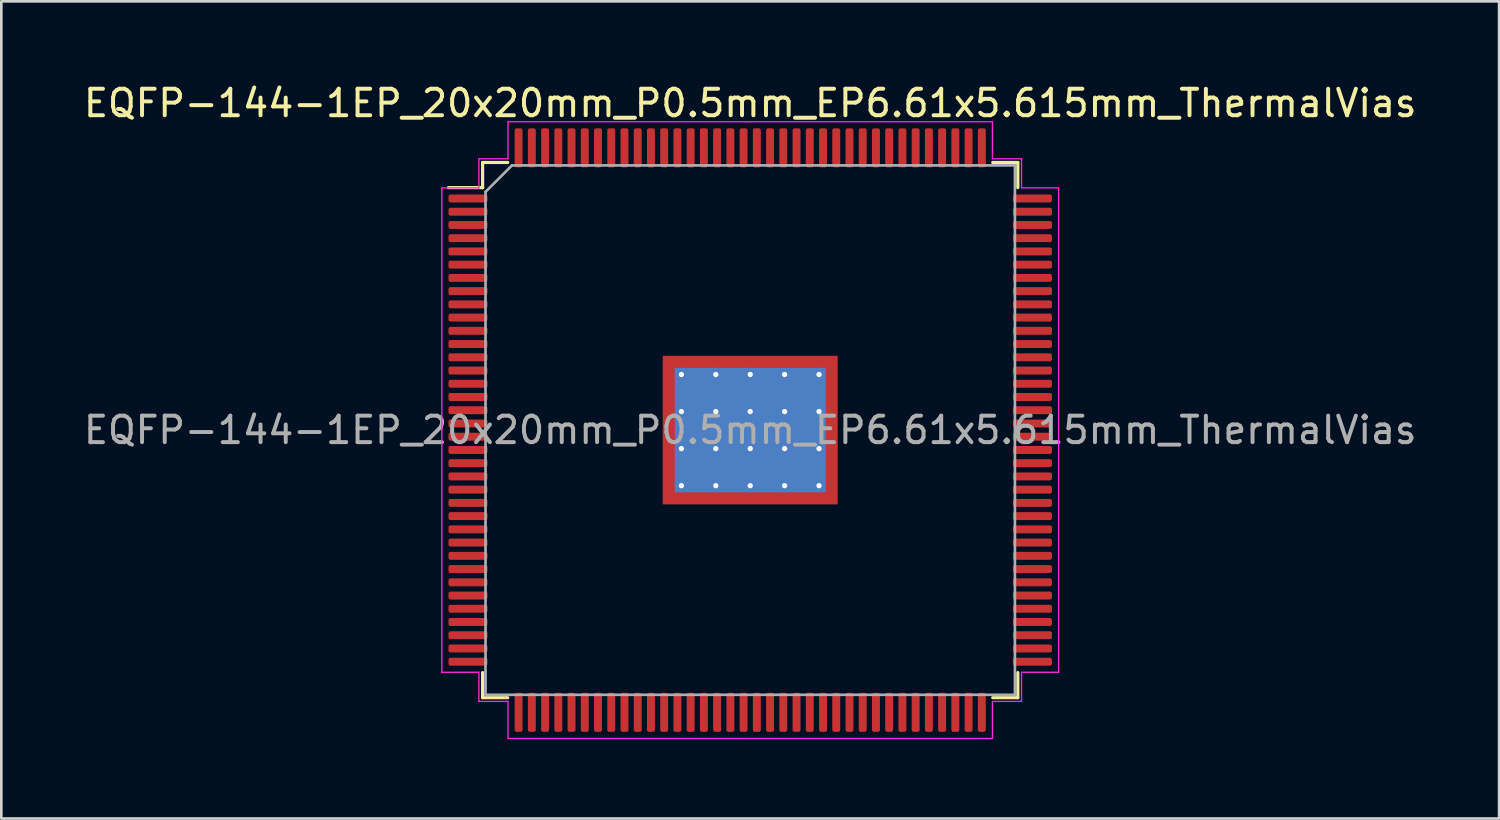
<source format=kicad_pcb>
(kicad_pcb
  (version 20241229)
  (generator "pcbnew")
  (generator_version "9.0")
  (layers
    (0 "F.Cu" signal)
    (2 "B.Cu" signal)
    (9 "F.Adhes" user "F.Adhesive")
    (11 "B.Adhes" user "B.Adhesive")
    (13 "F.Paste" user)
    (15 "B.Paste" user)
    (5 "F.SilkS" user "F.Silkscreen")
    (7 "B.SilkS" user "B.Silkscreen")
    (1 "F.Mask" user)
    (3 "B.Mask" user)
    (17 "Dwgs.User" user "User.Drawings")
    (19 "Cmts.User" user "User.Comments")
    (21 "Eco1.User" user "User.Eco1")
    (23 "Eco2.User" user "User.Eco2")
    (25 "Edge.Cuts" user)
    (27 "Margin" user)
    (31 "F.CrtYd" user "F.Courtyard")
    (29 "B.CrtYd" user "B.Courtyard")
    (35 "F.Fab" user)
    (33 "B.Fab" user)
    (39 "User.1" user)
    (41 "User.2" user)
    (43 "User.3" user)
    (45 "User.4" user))
  (footprint "EQFP-144-1EP_20x20mm_P0.5mm_EP6.61x5.615mm_ThermalVias"
    (layer "F.Cu")
    (at 25.292 13.198)
    (property "Reference" "EQFP-144-1EP_20x20mm_P0.5mm_EP6.61x5.615mm_ThermalVias" (at 0 -12.35 0) (layer "F.SilkS") (effects (font (size 1 1) (thickness 0.15))))
    (attr smd)
    (fp_line (start -10.11 -10.11) (end -10.11 -9.16) (stroke (width 0.12) (type solid)) (layer "F.SilkS"))
    (fp_line (start -10.11 -9.16) (end -11.4 -9.16) (stroke (width 0.12) (type solid)) (layer "F.SilkS"))
    (fp_line (start -10.11 10.11) (end -10.11 9.16) (stroke (width 0.12) (type solid)) (layer "F.SilkS"))
    (fp_line (start -9.16 -10.11) (end -10.11 -10.11) (stroke (width 0.12) (type solid)) (layer "F.SilkS"))
    (fp_line (start -9.16 10.11) (end -10.11 10.11) (stroke (width 0.12) (type solid)) (layer "F.SilkS"))
    (fp_line (start 9.16 -10.11) (end 10.11 -10.11) (stroke (width 0.12) (type solid)) (layer "F.SilkS"))
    (fp_line (start 9.16 10.11) (end 10.11 10.11) (stroke (width 0.12) (type solid)) (layer "F.SilkS"))
    (fp_line (start 10.11 -10.11) (end 10.11 -9.16) (stroke (width 0.12) (type solid)) (layer "F.SilkS"))
    (fp_line (start 10.11 10.11) (end 10.11 9.16) (stroke (width 0.12) (type solid)) (layer "F.SilkS"))
    (fp_line (start -11.65 -9.15) (end -11.65 0) (stroke (width 0.05) (type solid)) (layer "F.CrtYd"))
    (fp_line (start -11.65 9.15) (end -11.65 0) (stroke (width 0.05) (type solid)) (layer "F.CrtYd"))
    (fp_line (start -10.25 -10.25) (end -10.25 -9.15) (stroke (width 0.05) (type solid)) (layer "F.CrtYd"))
    (fp_line (start -10.25 -9.15) (end -11.65 -9.15) (stroke (width 0.05) (type solid)) (layer "F.CrtYd"))
    (fp_line (start -10.25 9.15) (end -11.65 9.15) (stroke (width 0.05) (type solid)) (layer "F.CrtYd"))
    (fp_line (start -10.25 10.25) (end -10.25 9.15) (stroke (width 0.05) (type solid)) (layer "F.CrtYd"))
    (fp_line (start -9.15 -11.65) (end -9.15 -10.25) (stroke (width 0.05) (type solid)) (layer "F.CrtYd"))
    (fp_line (start -9.15 -10.25) (end -10.25 -10.25) (stroke (width 0.05) (type solid)) (layer "F.CrtYd"))
    (fp_line (start -9.15 10.25) (end -10.25 10.25) (stroke (width 0.05) (type solid)) (layer "F.CrtYd"))
    (fp_line (start -9.15 11.65) (end -9.15 10.25) (stroke (width 0.05) (type solid)) (layer "F.CrtYd"))
    (fp_line (start 0 -11.65) (end -9.15 -11.65) (stroke (width 0.05) (type solid)) (layer "F.CrtYd"))
    (fp_line (start 0 -11.65) (end 9.15 -11.65) (stroke (width 0.05) (type solid)) (layer "F.CrtYd"))
    (fp_line (start 0 11.65) (end -9.15 11.65) (stroke (width 0.05) (type solid)) (layer "F.CrtYd"))
    (fp_line (start 0 11.65) (end 9.15 11.65) (stroke (width 0.05) (type solid)) (layer "F.CrtYd"))
    (fp_line (start 9.15 -11.65) (end 9.15 -10.25) (stroke (width 0.05) (type solid)) (layer "F.CrtYd"))
    (fp_line (start 9.15 -10.25) (end 10.25 -10.25) (stroke (width 0.05) (type solid)) (layer "F.CrtYd"))
    (fp_line (start 9.15 10.25) (end 10.25 10.25) (stroke (width 0.05) (type solid)) (layer "F.CrtYd"))
    (fp_line (start 9.15 11.65) (end 9.15 10.25) (stroke (width 0.05) (type solid)) (layer "F.CrtYd"))
    (fp_line (start 10.25 -10.25) (end 10.25 -9.15) (stroke (width 0.05) (type solid)) (layer "F.CrtYd"))
    (fp_line (start 10.25 -9.15) (end 11.65 -9.15) (stroke (width 0.05) (type solid)) (layer "F.CrtYd"))
    (fp_line (start 10.25 9.15) (end 11.65 9.15) (stroke (width 0.05) (type solid)) (layer "F.CrtYd"))
    (fp_line (start 10.25 10.25) (end 10.25 9.15) (stroke (width 0.05) (type solid)) (layer "F.CrtYd"))
    (fp_line (start 11.65 -9.15) (end 11.65 0) (stroke (width 0.05) (type solid)) (layer "F.CrtYd"))
    (fp_line (start 11.65 9.15) (end 11.65 0) (stroke (width 0.05) (type solid)) (layer "F.CrtYd"))
    (fp_line (start -10 -9) (end -9 -10) (stroke (width 0.1) (type solid)) (layer "F.Fab"))
    (fp_line (start -10 10) (end -10 -9) (stroke (width 0.1) (type solid)) (layer "F.Fab"))
    (fp_line (start -9 -10) (end 10 -10) (stroke (width 0.1) (type solid)) (layer "F.Fab"))
    (fp_line (start 10 -10) (end 10 10) (stroke (width 0.1) (type solid)) (layer "F.Fab"))
    (fp_line (start 10 10) (end -10 10) (stroke (width 0.1) (type solid)) (layer "F.Fab"))
    (fp_text user "${REFERENCE}" (at 0 0 0) (layer "F.Fab") (effects (font (size 1 1) (thickness 0.15))))
    (pad "" smd custom (at -2.953 -2.454) (size 0.465 0.465) (layers "F.Paste") (options (anchor circle)) (primitives (gr_poly (pts (xy -0.181 -0.182) (xy 0.181 -0.182) (xy 0.181 0.096) (xy 0.095 0.182) (xy -0.181 0.182)) (width 0.206) (fill yes))))
    (pad "" smd roundrect (at -2.953 -1.4) (size 0.568 1.129) (layers "F.Paste") (roundrect_rratio 0.25))
    (pad "" smd roundrect (at -2.953 0) (size 0.568 1.129) (layers "F.Paste") (roundrect_rratio 0.25))
    (pad "" smd roundrect (at -2.953 1.4) (size 0.568 1.129) (layers "F.Paste") (roundrect_rratio 0.25))
    (pad "" smd custom (at -2.953 2.454) (size 0.465 0.465) (layers "F.Paste") (options (anchor circle)) (primitives (gr_poly (pts (xy -0.181 -0.182) (xy 0.095 -0.182) (xy 0.181 -0.096) (xy 0.181 0.182) (xy -0.181 0.182)) (width 0.206) (fill yes))))
    (pad "" smd custom (at -1.95 -2.454) (size 0.508 0.508) (layers "F.Paste") (options (anchor circle)) (primitives (gr_poly (pts (xy -0.462 -0.223) (xy 0.462 -0.223) (xy 0.462 0.171) (xy 0.41 0.223) (xy -0.41 0.223) (xy -0.462 0.171)) (width 0.125) (fill yes))))
    (pad "" smd roundrect (at -1.95 -1.4) (size 1.048 1.129) (layers "F.Paste") (roundrect_rratio 0.239))
    (pad "" smd roundrect (at -1.95 0) (size 1.048 1.129) (layers "F.Paste") (roundrect_rratio 0.239))
    (pad "" smd roundrect (at -1.95 1.4) (size 1.048 1.129) (layers "F.Paste") (roundrect_rratio 0.239))
    (pad "" smd custom (at -1.95 2.454) (size 0.508 0.508) (layers "F.Paste") (options (anchor circle)) (primitives (gr_poly (pts (xy -0.462 -0.171) (xy -0.41 -0.223) (xy 0.41 -0.223) (xy 0.462 -0.171) (xy 0.462 0.223) (xy -0.462 0.223)) (width 0.125) (fill yes))))
    (pad "" smd custom (at -0.65 -2.454) (size 0.508 0.508) (layers "F.Paste") (options (anchor circle)) (primitives (gr_poly (pts (xy -0.462 -0.223) (xy 0.462 -0.223) (xy 0.462 0.171) (xy 0.41 0.223) (xy -0.41 0.223) (xy -0.462 0.171)) (width 0.125) (fill yes))))
    (pad "" smd roundrect (at -0.65 -1.4) (size 1.048 1.129) (layers "F.Paste") (roundrect_rratio 0.239))
    (pad "" smd roundrect (at -0.65 0) (size 1.048 1.129) (layers "F.Paste") (roundrect_rratio 0.239))
    (pad "" smd roundrect (at -0.65 1.4) (size 1.048 1.129) (layers "F.Paste") (roundrect_rratio 0.239))
    (pad "" smd custom (at -0.65 2.454) (size 0.508 0.508) (layers "F.Paste") (options (anchor circle)) (primitives (gr_poly (pts (xy -0.462 -0.171) (xy -0.41 -0.223) (xy 0.41 -0.223) (xy 0.462 -0.171) (xy 0.462 0.223) (xy -0.462 0.223)) (width 0.125) (fill yes))))
    (pad "" smd custom (at 0.65 -2.454) (size 0.508 0.508) (layers "F.Paste") (options (anchor circle)) (primitives (gr_poly (pts (xy -0.462 -0.223) (xy 0.462 -0.223) (xy 0.462 0.171) (xy 0.41 0.223) (xy -0.41 0.223) (xy -0.462 0.171)) (width 0.125) (fill yes))))
    (pad "" smd roundrect (at 0.65 -1.4) (size 1.048 1.129) (layers "F.Paste") (roundrect_rratio 0.239))
    (pad "" smd roundrect (at 0.65 0) (size 1.048 1.129) (layers "F.Paste") (roundrect_rratio 0.239))
    (pad "" smd roundrect (at 0.65 1.4) (size 1.048 1.129) (layers "F.Paste") (roundrect_rratio 0.239))
    (pad "" smd custom (at 0.65 2.454) (size 0.508 0.508) (layers "F.Paste") (options (anchor circle)) (primitives (gr_poly (pts (xy -0.462 -0.171) (xy -0.41 -0.223) (xy 0.41 -0.223) (xy 0.462 -0.171) (xy 0.462 0.223) (xy -0.462 0.223)) (width 0.125) (fill yes))))
    (pad "" smd custom (at 1.95 -2.454) (size 0.508 0.508) (layers "F.Paste") (options (anchor circle)) (primitives (gr_poly (pts (xy -0.462 -0.223) (xy 0.462 -0.223) (xy 0.462 0.171) (xy 0.41 0.223) (xy -0.41 0.223) (xy -0.462 0.171)) (width 0.125) (fill yes))))
    (pad "" smd roundrect (at 1.95 -1.4) (size 1.048 1.129) (layers "F.Paste") (roundrect_rratio 0.239))
    (pad "" smd roundrect (at 1.95 0) (size 1.048 1.129) (layers "F.Paste") (roundrect_rratio 0.239))
    (pad "" smd roundrect (at 1.95 1.4) (size 1.048 1.129) (layers "F.Paste") (roundrect_rratio 0.239))
    (pad "" smd custom (at 1.95 2.454) (size 0.508 0.508) (layers "F.Paste") (options (anchor circle)) (primitives (gr_poly (pts (xy -0.462 -0.171) (xy -0.41 -0.223) (xy 0.41 -0.223) (xy 0.462 -0.171) (xy 0.462 0.223) (xy -0.462 0.223)) (width 0.125) (fill yes))))
    (pad "" smd custom (at 2.953 -2.454) (size 0.465 0.465) (layers "F.Paste") (options (anchor circle)) (primitives (gr_poly (pts (xy -0.181 -0.182) (xy 0.181 -0.182) (xy 0.181 0.182) (xy -0.095 0.182) (xy -0.181 0.096)) (width 0.206) (fill yes))))
    (pad "" smd roundrect (at 2.953 -1.4) (size 0.568 1.129) (layers "F.Paste") (roundrect_rratio 0.25))
    (pad "" smd roundrect (at 2.953 0) (size 0.568 1.129) (layers "F.Paste") (roundrect_rratio 0.25))
    (pad "" smd roundrect (at 2.953 1.4) (size 0.568 1.129) (layers "F.Paste") (roundrect_rratio 0.25))
    (pad "" smd custom (at 2.953 2.454) (size 0.465 0.465) (layers "F.Paste") (options (anchor circle)) (primitives (gr_poly (pts (xy -0.181 -0.096) (xy -0.095 -0.182) (xy 0.181 -0.182) (xy 0.181 0.182) (xy -0.181 0.182)) (width 0.206) (fill yes))))
    (pad "1" smd roundrect (at -10.662 -8.75) (size 1.475 0.3) (layers "F.Cu" "F.Mask" "F.Paste") (roundrect_rratio 0.25))
    (pad "2" smd roundrect (at -10.662 -8.25) (size 1.475 0.3) (layers "F.Cu" "F.Mask" "F.Paste") (roundrect_rratio 0.25))
    (pad "3" smd roundrect (at -10.662 -7.75) (size 1.475 0.3) (layers "F.Cu" "F.Mask" "F.Paste") (roundrect_rratio 0.25))
    (pad "4" smd roundrect (at -10.662 -7.25) (size 1.475 0.3) (layers "F.Cu" "F.Mask" "F.Paste") (roundrect_rratio 0.25))
    (pad "5" smd roundrect (at -10.662 -6.75) (size 1.475 0.3) (layers "F.Cu" "F.Mask" "F.Paste") (roundrect_rratio 0.25))
    (pad "6" smd roundrect (at -10.662 -6.25) (size 1.475 0.3) (layers "F.Cu" "F.Mask" "F.Paste") (roundrect_rratio 0.25))
    (pad "7" smd roundrect (at -10.662 -5.75) (size 1.475 0.3) (layers "F.Cu" "F.Mask" "F.Paste") (roundrect_rratio 0.25))
    (pad "8" smd roundrect (at -10.662 -5.25) (size 1.475 0.3) (layers "F.Cu" "F.Mask" "F.Paste") (roundrect_rratio 0.25))
    (pad "9" smd roundrect (at -10.662 -4.75) (size 1.475 0.3) (layers "F.Cu" "F.Mask" "F.Paste") (roundrect_rratio 0.25))
    (pad "10" smd roundrect (at -10.662 -4.25) (size 1.475 0.3) (layers "F.Cu" "F.Mask" "F.Paste") (roundrect_rratio 0.25))
    (pad "11" smd roundrect (at -10.662 -3.75) (size 1.475 0.3) (layers "F.Cu" "F.Mask" "F.Paste") (roundrect_rratio 0.25))
    (pad "12" smd roundrect (at -10.662 -3.25) (size 1.475 0.3) (layers "F.Cu" "F.Mask" "F.Paste") (roundrect_rratio 0.25))
    (pad "13" smd roundrect (at -10.662 -2.75) (size 1.475 0.3) (layers "F.Cu" "F.Mask" "F.Paste") (roundrect_rratio 0.25))
    (pad "14" smd roundrect (at -10.662 -2.25) (size 1.475 0.3) (layers "F.Cu" "F.Mask" "F.Paste") (roundrect_rratio 0.25))
    (pad "15" smd roundrect (at -10.662 -1.75) (size 1.475 0.3) (layers "F.Cu" "F.Mask" "F.Paste") (roundrect_rratio 0.25))
    (pad "16" smd roundrect (at -10.662 -1.25) (size 1.475 0.3) (layers "F.Cu" "F.Mask" "F.Paste") (roundrect_rratio 0.25))
    (pad "17" smd roundrect (at -10.662 -0.75) (size 1.475 0.3) (layers "F.Cu" "F.Mask" "F.Paste") (roundrect_rratio 0.25))
    (pad "18" smd roundrect (at -10.662 -0.25) (size 1.475 0.3) (layers "F.Cu" "F.Mask" "F.Paste") (roundrect_rratio 0.25))
    (pad "19" smd roundrect (at -10.662 0.25) (size 1.475 0.3) (layers "F.Cu" "F.Mask" "F.Paste") (roundrect_rratio 0.25))
    (pad "20" smd roundrect (at -10.662 0.75) (size 1.475 0.3) (layers "F.Cu" "F.Mask" "F.Paste") (roundrect_rratio 0.25))
    (pad "21" smd roundrect (at -10.662 1.25) (size 1.475 0.3) (layers "F.Cu" "F.Mask" "F.Paste") (roundrect_rratio 0.25))
    (pad "22" smd roundrect (at -10.662 1.75) (size 1.475 0.3) (layers "F.Cu" "F.Mask" "F.Paste") (roundrect_rratio 0.25))
    (pad "23" smd roundrect (at -10.662 2.25) (size 1.475 0.3) (layers "F.Cu" "F.Mask" "F.Paste") (roundrect_rratio 0.25))
    (pad "24" smd roundrect (at -10.662 2.75) (size 1.475 0.3) (layers "F.Cu" "F.Mask" "F.Paste") (roundrect_rratio 0.25))
    (pad "25" smd roundrect (at -10.662 3.25) (size 1.475 0.3) (layers "F.Cu" "F.Mask" "F.Paste") (roundrect_rratio 0.25))
    (pad "26" smd roundrect (at -10.662 3.75) (size 1.475 0.3) (layers "F.Cu" "F.Mask" "F.Paste") (roundrect_rratio 0.25))
    (pad "27" smd roundrect (at -10.662 4.25) (size 1.475 0.3) (layers "F.Cu" "F.Mask" "F.Paste") (roundrect_rratio 0.25))
    (pad "28" smd roundrect (at -10.662 4.75) (size 1.475 0.3) (layers "F.Cu" "F.Mask" "F.Paste") (roundrect_rratio 0.25))
    (pad "29" smd roundrect (at -10.662 5.25) (size 1.475 0.3) (layers "F.Cu" "F.Mask" "F.Paste") (roundrect_rratio 0.25))
    (pad "30" smd roundrect (at -10.662 5.75) (size 1.475 0.3) (layers "F.Cu" "F.Mask" "F.Paste") (roundrect_rratio 0.25))
    (pad "31" smd roundrect (at -10.662 6.25) (size 1.475 0.3) (layers "F.Cu" "F.Mask" "F.Paste") (roundrect_rratio 0.25))
    (pad "32" smd roundrect (at -10.662 6.75) (size 1.475 0.3) (layers "F.Cu" "F.Mask" "F.Paste") (roundrect_rratio 0.25))
    (pad "33" smd roundrect (at -10.662 7.25) (size 1.475 0.3) (layers "F.Cu" "F.Mask" "F.Paste") (roundrect_rratio 0.25))
    (pad "34" smd roundrect (at -10.662 7.75) (size 1.475 0.3) (layers "F.Cu" "F.Mask" "F.Paste") (roundrect_rratio 0.25))
    (pad "35" smd roundrect (at -10.662 8.25) (size 1.475 0.3) (layers "F.Cu" "F.Mask" "F.Paste") (roundrect_rratio 0.25))
    (pad "36" smd roundrect (at -10.662 8.75) (size 1.475 0.3) (layers "F.Cu" "F.Mask" "F.Paste") (roundrect_rratio 0.25))
    (pad "37" smd roundrect (at -8.75 10.662) (size 0.3 1.475) (layers "F.Cu" "F.Mask" "F.Paste") (roundrect_rratio 0.25))
    (pad "38" smd roundrect (at -8.25 10.662) (size 0.3 1.475) (layers "F.Cu" "F.Mask" "F.Paste") (roundrect_rratio 0.25))
    (pad "39" smd roundrect (at -7.75 10.662) (size 0.3 1.475) (layers "F.Cu" "F.Mask" "F.Paste") (roundrect_rratio 0.25))
    (pad "40" smd roundrect (at -7.25 10.662) (size 0.3 1.475) (layers "F.Cu" "F.Mask" "F.Paste") (roundrect_rratio 0.25))
    (pad "41" smd roundrect (at -6.75 10.662) (size 0.3 1.475) (layers "F.Cu" "F.Mask" "F.Paste") (roundrect_rratio 0.25))
    (pad "42" smd roundrect (at -6.25 10.662) (size 0.3 1.475) (layers "F.Cu" "F.Mask" "F.Paste") (roundrect_rratio 0.25))
    (pad "43" smd roundrect (at -5.75 10.662) (size 0.3 1.475) (layers "F.Cu" "F.Mask" "F.Paste") (roundrect_rratio 0.25))
    (pad "44" smd roundrect (at -5.25 10.662) (size 0.3 1.475) (layers "F.Cu" "F.Mask" "F.Paste") (roundrect_rratio 0.25))
    (pad "45" smd roundrect (at -4.75 10.662) (size 0.3 1.475) (layers "F.Cu" "F.Mask" "F.Paste") (roundrect_rratio 0.25))
    (pad "46" smd roundrect (at -4.25 10.662) (size 0.3 1.475) (layers "F.Cu" "F.Mask" "F.Paste") (roundrect_rratio 0.25))
    (pad "47" smd roundrect (at -3.75 10.662) (size 0.3 1.475) (layers "F.Cu" "F.Mask" "F.Paste") (roundrect_rratio 0.25))
    (pad "48" smd roundrect (at -3.25 10.662) (size 0.3 1.475) (layers "F.Cu" "F.Mask" "F.Paste") (roundrect_rratio 0.25))
    (pad "49" smd roundrect (at -2.75 10.662) (size 0.3 1.475) (layers "F.Cu" "F.Mask" "F.Paste") (roundrect_rratio 0.25))
    (pad "50" smd roundrect (at -2.25 10.662) (size 0.3 1.475) (layers "F.Cu" "F.Mask" "F.Paste") (roundrect_rratio 0.25))
    (pad "51" smd roundrect (at -1.75 10.662) (size 0.3 1.475) (layers "F.Cu" "F.Mask" "F.Paste") (roundrect_rratio 0.25))
    (pad "52" smd roundrect (at -1.25 10.662) (size 0.3 1.475) (layers "F.Cu" "F.Mask" "F.Paste") (roundrect_rratio 0.25))
    (pad "53" smd roundrect (at -0.75 10.662) (size 0.3 1.475) (layers "F.Cu" "F.Mask" "F.Paste") (roundrect_rratio 0.25))
    (pad "54" smd roundrect (at -0.25 10.662) (size 0.3 1.475) (layers "F.Cu" "F.Mask" "F.Paste") (roundrect_rratio 0.25))
    (pad "55" smd roundrect (at 0.25 10.662) (size 0.3 1.475) (layers "F.Cu" "F.Mask" "F.Paste") (roundrect_rratio 0.25))
    (pad "56" smd roundrect (at 0.75 10.662) (size 0.3 1.475) (layers "F.Cu" "F.Mask" "F.Paste") (roundrect_rratio 0.25))
    (pad "57" smd roundrect (at 1.25 10.662) (size 0.3 1.475) (layers "F.Cu" "F.Mask" "F.Paste") (roundrect_rratio 0.25))
    (pad "58" smd roundrect (at 1.75 10.662) (size 0.3 1.475) (layers "F.Cu" "F.Mask" "F.Paste") (roundrect_rratio 0.25))
    (pad "59" smd roundrect (at 2.25 10.662) (size 0.3 1.475) (layers "F.Cu" "F.Mask" "F.Paste") (roundrect_rratio 0.25))
    (pad "60" smd roundrect (at 2.75 10.662) (size 0.3 1.475) (layers "F.Cu" "F.Mask" "F.Paste") (roundrect_rratio 0.25))
    (pad "61" smd roundrect (at 3.25 10.662) (size 0.3 1.475) (layers "F.Cu" "F.Mask" "F.Paste") (roundrect_rratio 0.25))
    (pad "62" smd roundrect (at 3.75 10.662) (size 0.3 1.475) (layers "F.Cu" "F.Mask" "F.Paste") (roundrect_rratio 0.25))
    (pad "63" smd roundrect (at 4.25 10.662) (size 0.3 1.475) (layers "F.Cu" "F.Mask" "F.Paste") (roundrect_rratio 0.25))
    (pad "64" smd roundrect (at 4.75 10.662) (size 0.3 1.475) (layers "F.Cu" "F.Mask" "F.Paste") (roundrect_rratio 0.25))
    (pad "65" smd roundrect (at 5.25 10.662) (size 0.3 1.475) (layers "F.Cu" "F.Mask" "F.Paste") (roundrect_rratio 0.25))
    (pad "66" smd roundrect (at 5.75 10.662) (size 0.3 1.475) (layers "F.Cu" "F.Mask" "F.Paste") (roundrect_rratio 0.25))
    (pad "67" smd roundrect (at 6.25 10.662) (size 0.3 1.475) (layers "F.Cu" "F.Mask" "F.Paste") (roundrect_rratio 0.25))
    (pad "68" smd roundrect (at 6.75 10.662) (size 0.3 1.475) (layers "F.Cu" "F.Mask" "F.Paste") (roundrect_rratio 0.25))
    (pad "69" smd roundrect (at 7.25 10.662) (size 0.3 1.475) (layers "F.Cu" "F.Mask" "F.Paste") (roundrect_rratio 0.25))
    (pad "70" smd roundrect (at 7.75 10.662) (size 0.3 1.475) (layers "F.Cu" "F.Mask" "F.Paste") (roundrect_rratio 0.25))
    (pad "71" smd roundrect (at 8.25 10.662) (size 0.3 1.475) (layers "F.Cu" "F.Mask" "F.Paste") (roundrect_rratio 0.25))
    (pad "72" smd roundrect (at 8.75 10.662) (size 0.3 1.475) (layers "F.Cu" "F.Mask" "F.Paste") (roundrect_rratio 0.25))
    (pad "73" smd roundrect (at 10.662 8.75) (size 1.475 0.3) (layers "F.Cu" "F.Mask" "F.Paste") (roundrect_rratio 0.25))
    (pad "74" smd roundrect (at 10.662 8.25) (size 1.475 0.3) (layers "F.Cu" "F.Mask" "F.Paste") (roundrect_rratio 0.25))
    (pad "75" smd roundrect (at 10.662 7.75) (size 1.475 0.3) (layers "F.Cu" "F.Mask" "F.Paste") (roundrect_rratio 0.25))
    (pad "76" smd roundrect (at 10.662 7.25) (size 1.475 0.3) (layers "F.Cu" "F.Mask" "F.Paste") (roundrect_rratio 0.25))
    (pad "77" smd roundrect (at 10.662 6.75) (size 1.475 0.3) (layers "F.Cu" "F.Mask" "F.Paste") (roundrect_rratio 0.25))
    (pad "78" smd roundrect (at 10.662 6.25) (size 1.475 0.3) (layers "F.Cu" "F.Mask" "F.Paste") (roundrect_rratio 0.25))
    (pad "79" smd roundrect (at 10.662 5.75) (size 1.475 0.3) (layers "F.Cu" "F.Mask" "F.Paste") (roundrect_rratio 0.25))
    (pad "80" smd roundrect (at 10.662 5.25) (size 1.475 0.3) (layers "F.Cu" "F.Mask" "F.Paste") (roundrect_rratio 0.25))
    (pad "81" smd roundrect (at 10.662 4.75) (size 1.475 0.3) (layers "F.Cu" "F.Mask" "F.Paste") (roundrect_rratio 0.25))
    (pad "82" smd roundrect (at 10.662 4.25) (size 1.475 0.3) (layers "F.Cu" "F.Mask" "F.Paste") (roundrect_rratio 0.25))
    (pad "83" smd roundrect (at 10.662 3.75) (size 1.475 0.3) (layers "F.Cu" "F.Mask" "F.Paste") (roundrect_rratio 0.25))
    (pad "84" smd roundrect (at 10.662 3.25) (size 1.475 0.3) (layers "F.Cu" "F.Mask" "F.Paste") (roundrect_rratio 0.25))
    (pad "85" smd roundrect (at 10.662 2.75) (size 1.475 0.3) (layers "F.Cu" "F.Mask" "F.Paste") (roundrect_rratio 0.25))
    (pad "86" smd roundrect (at 10.662 2.25) (size 1.475 0.3) (layers "F.Cu" "F.Mask" "F.Paste") (roundrect_rratio 0.25))
    (pad "87" smd roundrect (at 10.662 1.75) (size 1.475 0.3) (layers "F.Cu" "F.Mask" "F.Paste") (roundrect_rratio 0.25))
    (pad "88" smd roundrect (at 10.662 1.25) (size 1.475 0.3) (layers "F.Cu" "F.Mask" "F.Paste") (roundrect_rratio 0.25))
    (pad "89" smd roundrect (at 10.662 0.75) (size 1.475 0.3) (layers "F.Cu" "F.Mask" "F.Paste") (roundrect_rratio 0.25))
    (pad "90" smd roundrect (at 10.662 0.25) (size 1.475 0.3) (layers "F.Cu" "F.Mask" "F.Paste") (roundrect_rratio 0.25))
    (pad "91" smd roundrect (at 10.662 -0.25) (size 1.475 0.3) (layers "F.Cu" "F.Mask" "F.Paste") (roundrect_rratio 0.25))
    (pad "92" smd roundrect (at 10.662 -0.75) (size 1.475 0.3) (layers "F.Cu" "F.Mask" "F.Paste") (roundrect_rratio 0.25))
    (pad "93" smd roundrect (at 10.662 -1.25) (size 1.475 0.3) (layers "F.Cu" "F.Mask" "F.Paste") (roundrect_rratio 0.25))
    (pad "94" smd roundrect (at 10.662 -1.75) (size 1.475 0.3) (layers "F.Cu" "F.Mask" "F.Paste") (roundrect_rratio 0.25))
    (pad "95" smd roundrect (at 10.662 -2.25) (size 1.475 0.3) (layers "F.Cu" "F.Mask" "F.Paste") (roundrect_rratio 0.25))
    (pad "96" smd roundrect (at 10.662 -2.75) (size 1.475 0.3) (layers "F.Cu" "F.Mask" "F.Paste") (roundrect_rratio 0.25))
    (pad "97" smd roundrect (at 10.662 -3.25) (size 1.475 0.3) (layers "F.Cu" "F.Mask" "F.Paste") (roundrect_rratio 0.25))
    (pad "98" smd roundrect (at 10.662 -3.75) (size 1.475 0.3) (layers "F.Cu" "F.Mask" "F.Paste") (roundrect_rratio 0.25))
    (pad "99" smd roundrect (at 10.662 -4.25) (size 1.475 0.3) (layers "F.Cu" "F.Mask" "F.Paste") (roundrect_rratio 0.25))
    (pad "100" smd roundrect (at 10.662 -4.75) (size 1.475 0.3) (layers "F.Cu" "F.Mask" "F.Paste") (roundrect_rratio 0.25))
    (pad "101" smd roundrect (at 10.662 -5.25) (size 1.475 0.3) (layers "F.Cu" "F.Mask" "F.Paste") (roundrect_rratio 0.25))
    (pad "102" smd roundrect (at 10.662 -5.75) (size 1.475 0.3) (layers "F.Cu" "F.Mask" "F.Paste") (roundrect_rratio 0.25))
    (pad "103" smd roundrect (at 10.662 -6.25) (size 1.475 0.3) (layers "F.Cu" "F.Mask" "F.Paste") (roundrect_rratio 0.25))
    (pad "104" smd roundrect (at 10.662 -6.75) (size 1.475 0.3) (layers "F.Cu" "F.Mask" "F.Paste") (roundrect_rratio 0.25))
    (pad "105" smd roundrect (at 10.662 -7.25) (size 1.475 0.3) (layers "F.Cu" "F.Mask" "F.Paste") (roundrect_rratio 0.25))
    (pad "106" smd roundrect (at 10.662 -7.75) (size 1.475 0.3) (layers "F.Cu" "F.Mask" "F.Paste") (roundrect_rratio 0.25))
    (pad "107" smd roundrect (at 10.662 -8.25) (size 1.475 0.3) (layers "F.Cu" "F.Mask" "F.Paste") (roundrect_rratio 0.25))
    (pad "108" smd roundrect (at 10.662 -8.75) (size 1.475 0.3) (layers "F.Cu" "F.Mask" "F.Paste") (roundrect_rratio 0.25))
    (pad "109" smd roundrect (at 8.75 -10.662) (size 0.3 1.475) (layers "F.Cu" "F.Mask" "F.Paste") (roundrect_rratio 0.25))
    (pad "110" smd roundrect (at 8.25 -10.662) (size 0.3 1.475) (layers "F.Cu" "F.Mask" "F.Paste") (roundrect_rratio 0.25))
    (pad "111" smd roundrect (at 7.75 -10.662) (size 0.3 1.475) (layers "F.Cu" "F.Mask" "F.Paste") (roundrect_rratio 0.25))
    (pad "112" smd roundrect (at 7.25 -10.662) (size 0.3 1.475) (layers "F.Cu" "F.Mask" "F.Paste") (roundrect_rratio 0.25))
    (pad "113" smd roundrect (at 6.75 -10.662) (size 0.3 1.475) (layers "F.Cu" "F.Mask" "F.Paste") (roundrect_rratio 0.25))
    (pad "114" smd roundrect (at 6.25 -10.662) (size 0.3 1.475) (layers "F.Cu" "F.Mask" "F.Paste") (roundrect_rratio 0.25))
    (pad "115" smd roundrect (at 5.75 -10.662) (size 0.3 1.475) (layers "F.Cu" "F.Mask" "F.Paste") (roundrect_rratio 0.25))
    (pad "116" smd roundrect (at 5.25 -10.662) (size 0.3 1.475) (layers "F.Cu" "F.Mask" "F.Paste") (roundrect_rratio 0.25))
    (pad "117" smd roundrect (at 4.75 -10.662) (size 0.3 1.475) (layers "F.Cu" "F.Mask" "F.Paste") (roundrect_rratio 0.25))
    (pad "118" smd roundrect (at 4.25 -10.662) (size 0.3 1.475) (layers "F.Cu" "F.Mask" "F.Paste") (roundrect_rratio 0.25))
    (pad "119" smd roundrect (at 3.75 -10.662) (size 0.3 1.475) (layers "F.Cu" "F.Mask" "F.Paste") (roundrect_rratio 0.25))
    (pad "120" smd roundrect (at 3.25 -10.662) (size 0.3 1.475) (layers "F.Cu" "F.Mask" "F.Paste") (roundrect_rratio 0.25))
    (pad "121" smd roundrect (at 2.75 -10.662) (size 0.3 1.475) (layers "F.Cu" "F.Mask" "F.Paste") (roundrect_rratio 0.25))
    (pad "122" smd roundrect (at 2.25 -10.662) (size 0.3 1.475) (layers "F.Cu" "F.Mask" "F.Paste") (roundrect_rratio 0.25))
    (pad "123" smd roundrect (at 1.75 -10.662) (size 0.3 1.475) (layers "F.Cu" "F.Mask" "F.Paste") (roundrect_rratio 0.25))
    (pad "124" smd roundrect (at 1.25 -10.662) (size 0.3 1.475) (layers "F.Cu" "F.Mask" "F.Paste") (roundrect_rratio 0.25))
    (pad "125" smd roundrect (at 0.75 -10.662) (size 0.3 1.475) (layers "F.Cu" "F.Mask" "F.Paste") (roundrect_rratio 0.25))
    (pad "126" smd roundrect (at 0.25 -10.662) (size 0.3 1.475) (layers "F.Cu" "F.Mask" "F.Paste") (roundrect_rratio 0.25))
    (pad "127" smd roundrect (at -0.25 -10.662) (size 0.3 1.475) (layers "F.Cu" "F.Mask" "F.Paste") (roundrect_rratio 0.25))
    (pad "128" smd roundrect (at -0.75 -10.662) (size 0.3 1.475) (layers "F.Cu" "F.Mask" "F.Paste") (roundrect_rratio 0.25))
    (pad "129" smd roundrect (at -1.25 -10.662) (size 0.3 1.475) (layers "F.Cu" "F.Mask" "F.Paste") (roundrect_rratio 0.25))
    (pad "130" smd roundrect (at -1.75 -10.662) (size 0.3 1.475) (layers "F.Cu" "F.Mask" "F.Paste") (roundrect_rratio 0.25))
    (pad "131" smd roundrect (at -2.25 -10.662) (size 0.3 1.475) (layers "F.Cu" "F.Mask" "F.Paste") (roundrect_rratio 0.25))
    (pad "132" smd roundrect (at -2.75 -10.662) (size 0.3 1.475) (layers "F.Cu" "F.Mask" "F.Paste") (roundrect_rratio 0.25))
    (pad "133" smd roundrect (at -3.25 -10.662) (size 0.3 1.475) (layers "F.Cu" "F.Mask" "F.Paste") (roundrect_rratio 0.25))
    (pad "134" smd roundrect (at -3.75 -10.662) (size 0.3 1.475) (layers "F.Cu" "F.Mask" "F.Paste") (roundrect_rratio 0.25))
    (pad "135" smd roundrect (at -4.25 -10.662) (size 0.3 1.475) (layers "F.Cu" "F.Mask" "F.Paste") (roundrect_rratio 0.25))
    (pad "136" smd roundrect (at -4.75 -10.662) (size 0.3 1.475) (layers "F.Cu" "F.Mask" "F.Paste") (roundrect_rratio 0.25))
    (pad "137" smd roundrect (at -5.25 -10.662) (size 0.3 1.475) (layers "F.Cu" "F.Mask" "F.Paste") (roundrect_rratio 0.25))
    (pad "138" smd roundrect (at -5.75 -10.662) (size 0.3 1.475) (layers "F.Cu" "F.Mask" "F.Paste") (roundrect_rratio 0.25))
    (pad "139" smd roundrect (at -6.25 -10.662) (size 0.3 1.475) (layers "F.Cu" "F.Mask" "F.Paste") (roundrect_rratio 0.25))
    (pad "140" smd roundrect (at -6.75 -10.662) (size 0.3 1.475) (layers "F.Cu" "F.Mask" "F.Paste") (roundrect_rratio 0.25))
    (pad "141" smd roundrect (at -7.25 -10.662) (size 0.3 1.475) (layers "F.Cu" "F.Mask" "F.Paste") (roundrect_rratio 0.25))
    (pad "142" smd roundrect (at -7.75 -10.662) (size 0.3 1.475) (layers "F.Cu" "F.Mask" "F.Paste") (roundrect_rratio 0.25))
    (pad "143" smd roundrect (at -8.25 -10.662) (size 0.3 1.475) (layers "F.Cu" "F.Mask" "F.Paste") (roundrect_rratio 0.25))
    (pad "144" smd roundrect (at -8.75 -10.662) (size 0.3 1.475) (layers "F.Cu" "F.Mask" "F.Paste") (roundrect_rratio 0.25))
    (pad "145" thru_hole circle (at -2.6 -2.1) (size 0.5 0.5) (drill 0.2) (layers "*.Cu"))
    (pad "145" thru_hole circle (at -2.6 -0.7) (size 0.5 0.5) (drill 0.2) (layers "*.Cu"))
    (pad "145" thru_hole circle (at -2.6 0.7) (size 0.5 0.5) (drill 0.2) (layers "*.Cu"))
    (pad "145" thru_hole circle (at -2.6 2.1) (size 0.5 0.5) (drill 0.2) (layers "*.Cu"))
    (pad "145" thru_hole circle (at -1.3 -2.1) (size 0.5 0.5) (drill 0.2) (layers "*.Cu"))
    (pad "145" thru_hole circle (at -1.3 -0.7) (size 0.5 0.5) (drill 0.2) (layers "*.Cu"))
    (pad "145" thru_hole circle (at -1.3 0.7) (size 0.5 0.5) (drill 0.2) (layers "*.Cu"))
    (pad "145" thru_hole circle (at -1.3 2.1) (size 0.5 0.5) (drill 0.2) (layers "*.Cu"))
    (pad "145" thru_hole circle (at 0 -2.1) (size 0.5 0.5) (drill 0.2) (layers "*.Cu"))
    (pad "145" thru_hole circle (at 0 -0.7) (size 0.5 0.5) (drill 0.2) (layers "*.Cu"))
    (pad "145" smd rect (at 0 0) (size 5.7 4.7) (layers "B.Cu"))
    (pad "145" smd rect (at 0 0) (size 6.61 5.615) (layers "F.Cu" "F.Mask"))
    (pad "145" thru_hole circle (at 0 0.7) (size 0.5 0.5) (drill 0.2) (layers "*.Cu"))
    (pad "145" thru_hole circle (at 0 2.1) (size 0.5 0.5) (drill 0.2) (layers "*.Cu"))
    (pad "145" thru_hole circle (at 1.3 -2.1) (size 0.5 0.5) (drill 0.2) (layers "*.Cu"))
    (pad "145" thru_hole circle (at 1.3 -0.7) (size 0.5 0.5) (drill 0.2) (layers "*.Cu"))
    (pad "145" thru_hole circle (at 1.3 0.7) (size 0.5 0.5) (drill 0.2) (layers "*.Cu"))
    (pad "145" thru_hole circle (at 1.3 2.1) (size 0.5 0.5) (drill 0.2) (layers "*.Cu"))
    (pad "145" thru_hole circle (at 2.6 -2.1) (size 0.5 0.5) (drill 0.2) (layers "*.Cu"))
    (pad "145" thru_hole circle (at 2.6 -0.7) (size 0.5 0.5) (drill 0.2) (layers "*.Cu"))
    (pad "145" thru_hole circle (at 2.6 0.7) (size 0.5 0.5) (drill 0.2) (layers "*.Cu"))
    (pad "145" thru_hole circle (at 2.6 2.1) (size 0.5 0.5) (drill 0.2) (layers "*.Cu")))
  (gr_rect
    (start -3 -3)
    (end 53.583 27.873)
    (stroke (width 0.1) (type default))
    (fill no)
    (layer "Edge.Cuts")))
</source>
